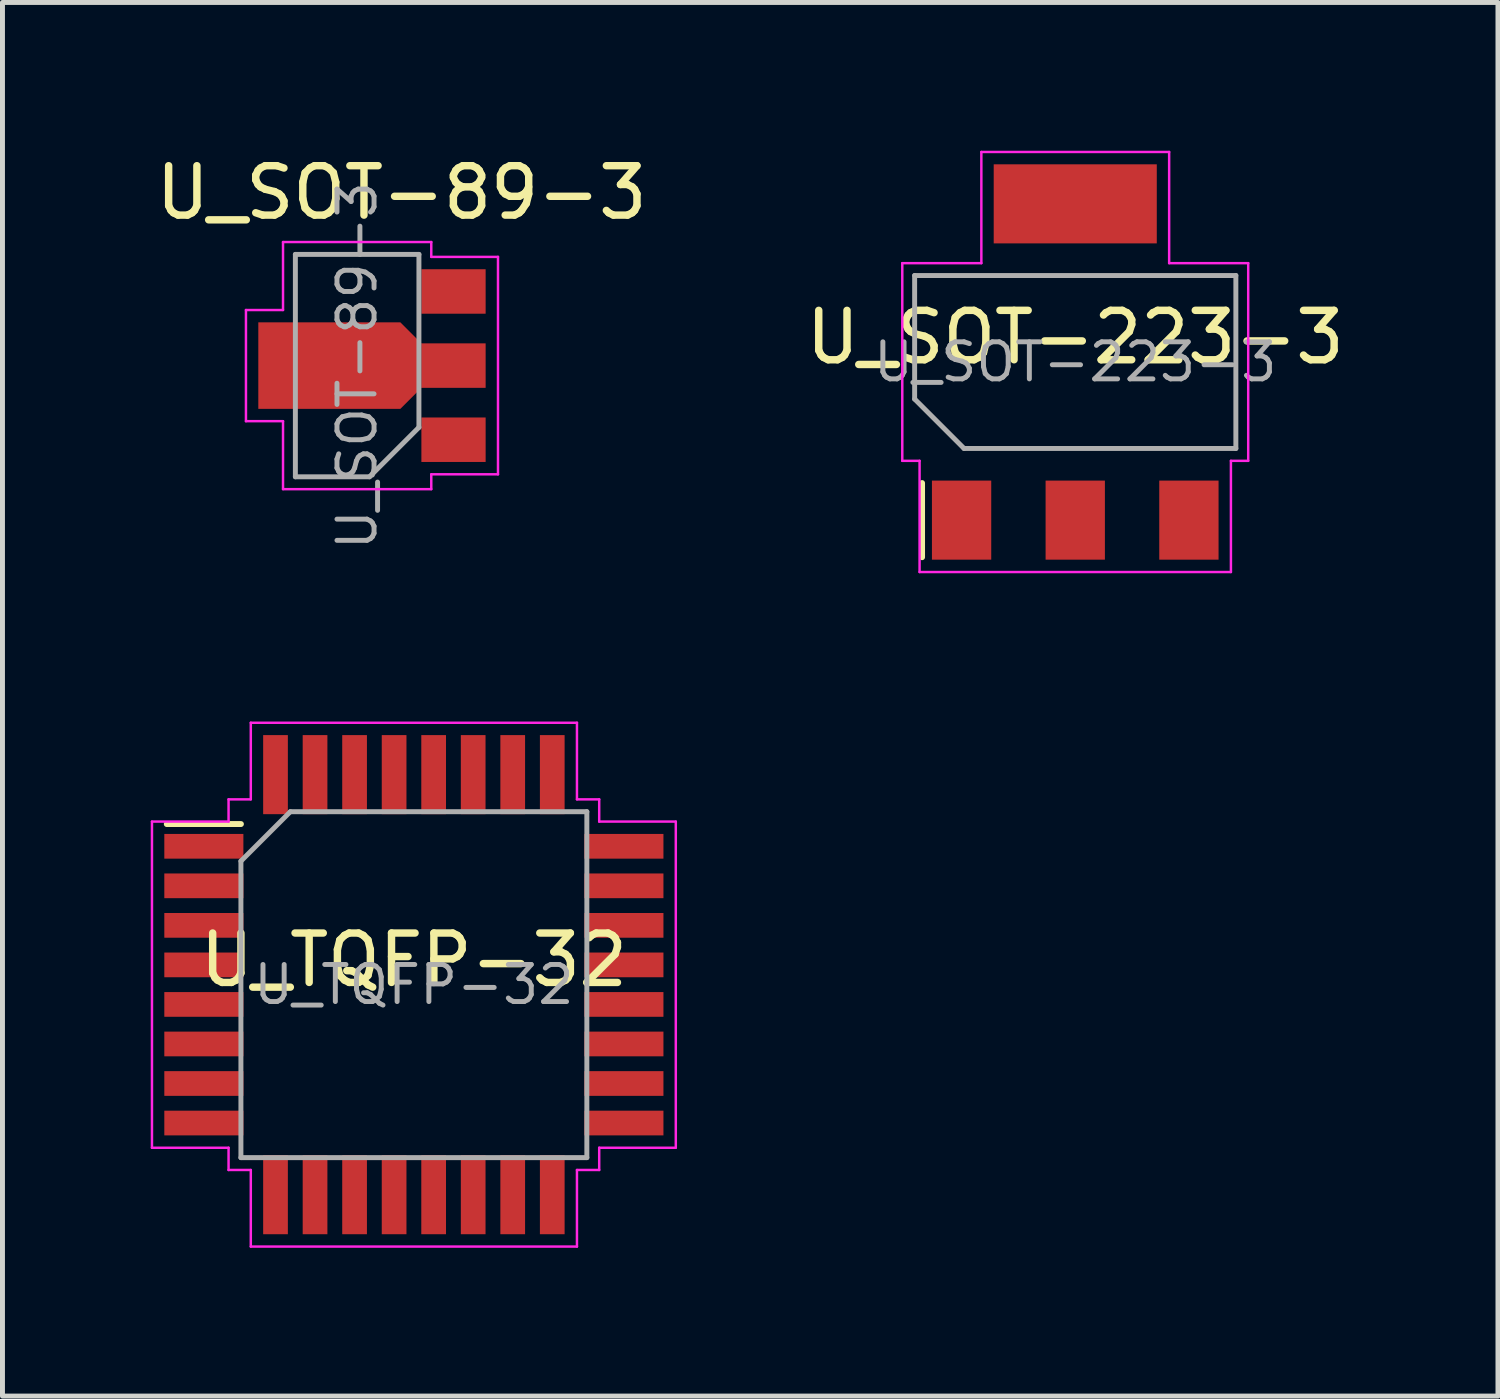
<source format=kicad_pcb>
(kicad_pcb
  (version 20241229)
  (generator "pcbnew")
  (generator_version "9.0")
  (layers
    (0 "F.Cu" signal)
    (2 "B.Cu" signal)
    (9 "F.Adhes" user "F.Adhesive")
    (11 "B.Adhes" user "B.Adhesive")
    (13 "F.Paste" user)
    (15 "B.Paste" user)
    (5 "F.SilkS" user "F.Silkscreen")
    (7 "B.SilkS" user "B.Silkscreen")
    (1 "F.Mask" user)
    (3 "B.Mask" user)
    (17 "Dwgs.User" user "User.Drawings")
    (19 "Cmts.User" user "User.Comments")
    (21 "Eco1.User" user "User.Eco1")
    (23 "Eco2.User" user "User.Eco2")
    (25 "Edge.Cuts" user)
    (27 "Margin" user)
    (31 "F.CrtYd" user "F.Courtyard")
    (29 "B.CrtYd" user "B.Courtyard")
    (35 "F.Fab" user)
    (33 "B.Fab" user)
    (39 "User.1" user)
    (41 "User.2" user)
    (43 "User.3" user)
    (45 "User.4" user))
  (footprint "U_TQFP-32"
    (layer "F.Cu")
    (at 5.325 16.875)
    (property "Reference" "U_TQFP-32" (at 0 -0.5 0) (unlocked yes) (layer "F.SilkS") (effects (font (size 1 1) (thickness 0.15))))
    (attr smd)
    (fp_line (start -5 -3.25) (end -3.5 -3.25) (stroke (width 0.12) (type default)) (layer "F.SilkS"))
    (fp_line (start -5.3 -3.3) (end -3.75 -3.3) (stroke (width 0.05) (type default)) (layer "F.CrtYd"))
    (fp_line (start -5.3 3.3) (end -5.3 -3.3) (stroke (width 0.05) (type default)) (layer "F.CrtYd"))
    (fp_line (start -3.75 -3.75) (end -3.3 -3.75) (stroke (width 0.05) (type default)) (layer "F.CrtYd"))
    (fp_line (start -3.75 -3.3) (end -3.75 -3.75) (stroke (width 0.05) (type default)) (layer "F.CrtYd"))
    (fp_line (start -3.75 3.3) (end -5.3 3.3) (stroke (width 0.05) (type default)) (layer "F.CrtYd"))
    (fp_line (start -3.75 3.75) (end -3.75 3.3) (stroke (width 0.05) (type default)) (layer "F.CrtYd"))
    (fp_line (start -3.3 -5.3) (end 3.3 -5.3) (stroke (width 0.05) (type default)) (layer "F.CrtYd"))
    (fp_line (start -3.3 -3.75) (end -3.3 -5.3) (stroke (width 0.05) (type default)) (layer "F.CrtYd"))
    (fp_line (start -3.3 3.75) (end -3.75 3.75) (stroke (width 0.05) (type default)) (layer "F.CrtYd"))
    (fp_line (start -3.3 5.3) (end -3.3 3.75) (stroke (width 0.05) (type default)) (layer "F.CrtYd"))
    (fp_line (start 3.3 -5.3) (end 3.3 -3.75) (stroke (width 0.05) (type default)) (layer "F.CrtYd"))
    (fp_line (start 3.3 -3.75) (end 3.75 -3.75) (stroke (width 0.05) (type default)) (layer "F.CrtYd"))
    (fp_line (start 3.3 3.75) (end 3.3 5.3) (stroke (width 0.05) (type default)) (layer "F.CrtYd"))
    (fp_line (start 3.3 5.3) (end -3.3 5.3) (stroke (width 0.05) (type default)) (layer "F.CrtYd"))
    (fp_line (start 3.75 -3.75) (end 3.75 -3.3) (stroke (width 0.05) (type default)) (layer "F.CrtYd"))
    (fp_line (start 3.75 -3.3) (end 5.3 -3.3) (stroke (width 0.05) (type default)) (layer "F.CrtYd"))
    (fp_line (start 3.75 3.3) (end 3.75 3.75) (stroke (width 0.05) (type default)) (layer "F.CrtYd"))
    (fp_line (start 3.75 3.75) (end 3.3 3.75) (stroke (width 0.05) (type default)) (layer "F.CrtYd"))
    (fp_line (start 5.3 3.3) (end 3.75 3.3) (stroke (width 0.05) (type default)) (layer "F.CrtYd"))
    (fp_line (start 5.3 3.3) (end 5.3 -3.3) (stroke (width 0.05) (type default)) (layer "F.CrtYd"))
    (fp_line (start -3.5 -2.5) (end -2.5 -3.5) (stroke (width 0.1) (type default)) (layer "F.Fab"))
    (fp_line (start -3.5 3.5) (end -3.5 -2.5) (stroke (width 0.1) (type default)) (layer "F.Fab"))
    (fp_line (start -2.5 -3.5) (end 3.5 -3.5) (stroke (width 0.1) (type default)) (layer "F.Fab"))
    (fp_line (start 3.5 -3.5) (end 3.5 3.5) (stroke (width 0.1) (type default)) (layer "F.Fab"))
    (fp_line (start 3.5 3.5) (end -3.5 3.5) (stroke (width 0.1) (type default)) (layer "F.Fab"))
    (fp_text user "${REFERENCE}" (at 0 0 0) (layer "F.Fab") (effects (font (size 0.75 0.75) (thickness 0.1))))
    (pad "1" smd rect (at -4.25 -2.8) (size 1.6 0.5) (layers "F.Cu" "F.Mask" "F.Paste"))
    (pad "2" smd rect (at -4.25 -2) (size 1.6 0.5) (layers "F.Cu" "F.Mask" "F.Paste"))
    (pad "3" smd rect (at -4.25 -1.2) (size 1.6 0.5) (layers "F.Cu" "F.Mask" "F.Paste"))
    (pad "4" smd rect (at -4.25 -0.4) (size 1.6 0.5) (layers "F.Cu" "F.Mask" "F.Paste"))
    (pad "5" smd rect (at -4.25 0.4) (size 1.6 0.5) (layers "F.Cu" "F.Mask" "F.Paste"))
    (pad "6" smd rect (at -4.25 1.2) (size 1.6 0.5) (layers "F.Cu" "F.Mask" "F.Paste"))
    (pad "7" smd rect (at -4.25 2) (size 1.6 0.5) (layers "F.Cu" "F.Mask" "F.Paste"))
    (pad "8" smd rect (at -4.25 2.8) (size 1.6 0.5) (layers "F.Cu" "F.Mask" "F.Paste"))
    (pad "9" smd rect (at -2.8 4.25 90) (size 1.6 0.5) (layers "F.Cu" "F.Mask" "F.Paste"))
    (pad "10" smd rect (at -2 4.25 90) (size 1.6 0.5) (layers "F.Cu" "F.Mask" "F.Paste"))
    (pad "11" smd rect (at -1.2 4.25 90) (size 1.6 0.5) (layers "F.Cu" "F.Mask" "F.Paste"))
    (pad "12" smd rect (at -0.4 4.25 90) (size 1.6 0.5) (layers "F.Cu" "F.Mask" "F.Paste"))
    (pad "13" smd rect (at 0.4 4.25 90) (size 1.6 0.5) (layers "F.Cu" "F.Mask" "F.Paste"))
    (pad "14" smd rect (at 1.2 4.25 90) (size 1.6 0.5) (layers "F.Cu" "F.Mask" "F.Paste"))
    (pad "15" smd rect (at 2 4.25 90) (size 1.6 0.5) (layers "F.Cu" "F.Mask" "F.Paste"))
    (pad "16" smd rect (at 2.8 4.25 90) (size 1.6 0.5) (layers "F.Cu" "F.Mask" "F.Paste"))
    (pad "17" smd rect (at 4.25 2.8 180) (size 1.6 0.5) (layers "F.Cu" "F.Mask" "F.Paste"))
    (pad "18" smd rect (at 4.25 2 180) (size 1.6 0.5) (layers "F.Cu" "F.Mask" "F.Paste"))
    (pad "19" smd rect (at 4.25 1.2 180) (size 1.6 0.5) (layers "F.Cu" "F.Mask" "F.Paste"))
    (pad "20" smd rect (at 4.25 0.4 180) (size 1.6 0.5) (layers "F.Cu" "F.Mask" "F.Paste"))
    (pad "21" smd rect (at 4.25 -0.4 180) (size 1.6 0.5) (layers "F.Cu" "F.Mask" "F.Paste"))
    (pad "22" smd rect (at 4.25 -1.2 180) (size 1.6 0.5) (layers "F.Cu" "F.Mask" "F.Paste"))
    (pad "23" smd rect (at 4.25 -2 180) (size 1.6 0.5) (layers "F.Cu" "F.Mask" "F.Paste"))
    (pad "24" smd rect (at 4.25 -2.8 180) (size 1.6 0.5) (layers "F.Cu" "F.Mask" "F.Paste"))
    (pad "25" smd rect (at 2.8 -4.25 270) (size 1.6 0.5) (layers "F.Cu" "F.Mask" "F.Paste"))
    (pad "26" smd rect (at 2 -4.25 270) (size 1.6 0.5) (layers "F.Cu" "F.Mask" "F.Paste"))
    (pad "27" smd rect (at 1.2 -4.25 270) (size 1.6 0.5) (layers "F.Cu" "F.Mask" "F.Paste"))
    (pad "28" smd rect (at 0.4 -4.25 270) (size 1.6 0.5) (layers "F.Cu" "F.Mask" "F.Paste"))
    (pad "29" smd rect (at -0.4 -4.25 270) (size 1.6 0.5) (layers "F.Cu" "F.Mask" "F.Paste"))
    (pad "30" smd rect (at -1.2 -4.25 270) (size 1.6 0.5) (layers "F.Cu" "F.Mask" "F.Paste"))
    (pad "31" smd rect (at -2 -4.25 270) (size 1.6 0.5) (layers "F.Cu" "F.Mask" "F.Paste"))
    (pad "32" smd rect (at -2.8 -4.25 270) (size 1.6 0.5) (layers "F.Cu" "F.Mask" "F.Paste")))
  (footprint "U_SOT-223-3"
    (layer "F.Cu")
    (at 18.708 4.275)
    (property "Reference" "U_SOT-223-3" (at 0 -0.5 0) (unlocked yes) (layer "F.SilkS") (effects (font (size 1 1) (thickness 0.15))))
    (attr smd)
    (fp_line (start -3.1 3.95) (end -3.1 2.45) (stroke (width 0.12) (type default)) (layer "F.SilkS"))
    (fp_line (start -3.5 -2) (end -3.5 2) (stroke (width 0.05) (type default)) (layer "F.CrtYd"))
    (fp_line (start -3.5 2) (end -3.15 2) (stroke (width 0.05) (type default)) (layer "F.CrtYd"))
    (fp_line (start -3.15 2) (end -3.15 4.25) (stroke (width 0.05) (type default)) (layer "F.CrtYd"))
    (fp_line (start -3.15 4.25) (end 3.15 4.25) (stroke (width 0.05) (type default)) (layer "F.CrtYd"))
    (fp_line (start -1.9 -4.25) (end -1.9 -2) (stroke (width 0.05) (type default)) (layer "F.CrtYd"))
    (fp_line (start -1.9 -2) (end -3.5 -2) (stroke (width 0.05) (type default)) (layer "F.CrtYd"))
    (fp_line (start 1.9 -4.25) (end -1.9 -4.25) (stroke (width 0.05) (type default)) (layer "F.CrtYd"))
    (fp_line (start 1.9 -2) (end 1.9 -4.25) (stroke (width 0.05) (type default)) (layer "F.CrtYd"))
    (fp_line (start 3.15 2) (end 3.5 2) (stroke (width 0.05) (type default)) (layer "F.CrtYd"))
    (fp_line (start 3.15 4.25) (end 3.15 2) (stroke (width 0.05) (type default)) (layer "F.CrtYd"))
    (fp_line (start 3.5 -2) (end 1.9 -2) (stroke (width 0.05) (type default)) (layer "F.CrtYd"))
    (fp_line (start 3.5 2) (end 3.5 -2) (stroke (width 0.05) (type default)) (layer "F.CrtYd"))
    (fp_line (start -3.25 -1.75) (end -3.25 0.75) (stroke (width 0.1) (type default)) (layer "F.Fab"))
    (fp_line (start -3.25 0.75) (end -2.25 1.75) (stroke (width 0.1) (type default)) (layer "F.Fab"))
    (fp_line (start -2.25 1.75) (end 3.25 1.75) (stroke (width 0.1) (type default)) (layer "F.Fab"))
    (fp_line (start 3.25 -1.75) (end -3.25 -1.75) (stroke (width 0.1) (type default)) (layer "F.Fab"))
    (fp_line (start 3.25 1.75) (end 3.25 -1.75) (stroke (width 0.1) (type default)) (layer "F.Fab"))
    (fp_text user "${REFERENCE}" (at 0 0 0) (layer "F.Fab") (effects (font (size 0.75 0.75) (thickness 0.1))))
    (pad "1" smd rect (at -2.3 3.2) (size 1.2 1.6) (layers "F.Cu" "F.Mask" "F.Paste"))
    (pad "2" smd rect (at 0 -3.2) (size 3.3 1.6) (layers "F.Cu" "F.Mask" "F.Paste"))
    (pad "2" smd rect (at 0 3.2) (size 1.2 1.6) (layers "F.Cu" "F.Mask" "F.Paste"))
    (pad "3" smd rect (at 2.3 3.2) (size 1.2 1.6) (layers "F.Cu" "F.Mask" "F.Paste")))
  (footprint "U_SOT-89-3"
    (layer "F.Cu")
    (at 4.777 4.348)
    (property "Reference" "U_SOT-89-3" (at 0.3 -3.5 0) (layer "F.SilkS") (effects (font (size 1 1) (thickness 0.15))))
    (attr smd)
    (fp_line (start -2.85 1.125) (end -2.85 -1.125) (stroke (width 0.05) (type solid)) (layer "F.CrtYd"))
    (fp_line (start -2.1 -2.5) (end -2.1 -1.125) (stroke (width 0.05) (type default)) (layer "F.CrtYd"))
    (fp_line (start -2.1 -1.125) (end -2.85 -1.125) (stroke (width 0.05) (type default)) (layer "F.CrtYd"))
    (fp_line (start -2.1 1.125) (end -2.85 1.125) (stroke (width 0.05) (type default)) (layer "F.CrtYd"))
    (fp_line (start -2.1 2.5) (end -2.1 1.125) (stroke (width 0.05) (type default)) (layer "F.CrtYd"))
    (fp_line (start -2.1 2.5) (end 0.9 2.5) (stroke (width 0.05) (type solid)) (layer "F.CrtYd"))
    (fp_line (start 0.9 -2.5) (end -2.1 -2.5) (stroke (width 0.05) (type solid)) (layer "F.CrtYd"))
    (fp_line (start 0.9 -2.2) (end 0.9 -2.5) (stroke (width 0.05) (type default)) (layer "F.CrtYd"))
    (fp_line (start 0.9 2.2) (end 0.9 2.5) (stroke (width 0.05) (type default)) (layer "F.CrtYd"))
    (fp_line (start 2.25 -2.2) (end 0.9 -2.2) (stroke (width 0.05) (type default)) (layer "F.CrtYd"))
    (fp_line (start 2.25 -2.2) (end 2.25 2.2) (stroke (width 0.05) (type solid)) (layer "F.CrtYd"))
    (fp_line (start 2.25 2.2) (end 0.9 2.2) (stroke (width 0.05) (type default)) (layer "F.CrtYd"))
    (fp_line (start -1.85 -2.25) (end 0.65 -2.25) (stroke (width 0.1) (type solid)) (layer "F.Fab"))
    (fp_line (start -1.85 2.25) (end -1.85 -2.25) (stroke (width 0.1) (type solid)) (layer "F.Fab"))
    (fp_line (start -0.35 2.25) (end -1.85 2.25) (stroke (width 0.1) (type solid)) (layer "F.Fab"))
    (fp_line (start 0.65 -2.25) (end 0.65 1.25) (stroke (width 0.1) (type solid)) (layer "F.Fab"))
    (fp_line (start 0.65 1.25) (end -0.35 2.25) (stroke (width 0.1) (type solid)) (layer "F.Fab"))
    (fp_text user "${REFERENCE}" (at -0.6 0 270) (layer "F.Fab") (effects (font (size 0.75 0.75) (thickness 0.1))))
    (pad "1" smd rect (at 1.35 1.5 180) (size 1.3 0.9) (layers "F.Cu" "F.Mask" "F.Paste"))
    (pad "2" smd roundrect (at -0.95 0 180) (size 3.3 1.75) (layers "F.Cu" "F.Mask" "F.Paste") (roundrect_rratio 0) (chamfer_ratio 0.243) (chamfer top_left bottom_left))
    (pad "2" smd rect (at 1.35 0 180) (size 1.3 0.9) (layers "F.Cu" "F.Mask" "F.Paste"))
    (pad "3" smd rect (at 1.35 -1.5 180) (size 1.3 0.9) (layers "F.Cu" "F.Mask" "F.Paste")))
  (gr_rect
    (start -3 -3)
    (end 27.262 25.2)
    (stroke (width 0.1) (type default))
    (fill no)
    (layer "Edge.Cuts")))
</source>
